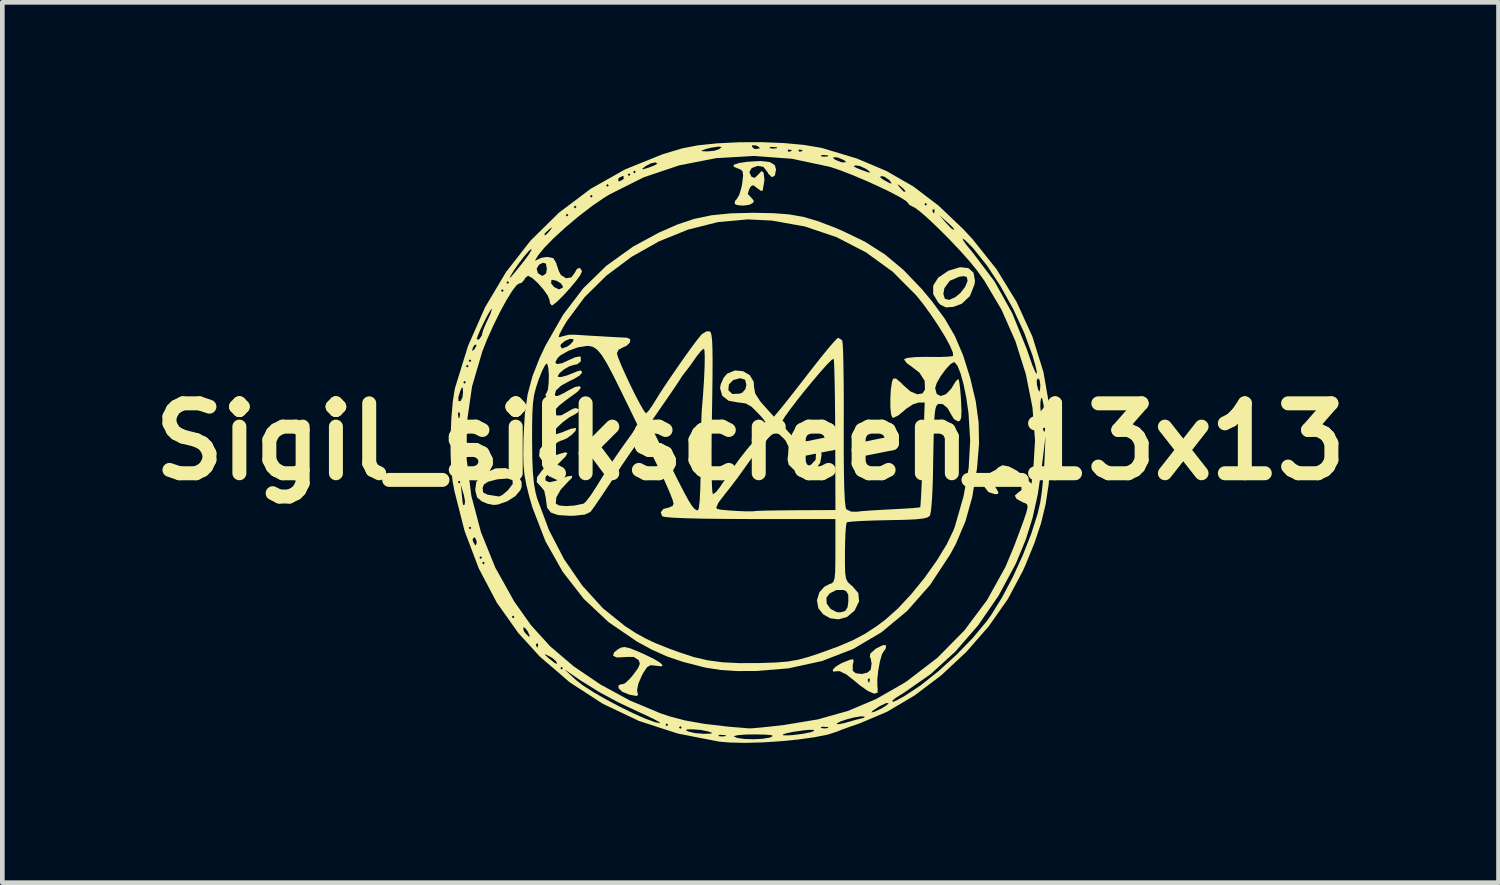
<source format=kicad_pcb>
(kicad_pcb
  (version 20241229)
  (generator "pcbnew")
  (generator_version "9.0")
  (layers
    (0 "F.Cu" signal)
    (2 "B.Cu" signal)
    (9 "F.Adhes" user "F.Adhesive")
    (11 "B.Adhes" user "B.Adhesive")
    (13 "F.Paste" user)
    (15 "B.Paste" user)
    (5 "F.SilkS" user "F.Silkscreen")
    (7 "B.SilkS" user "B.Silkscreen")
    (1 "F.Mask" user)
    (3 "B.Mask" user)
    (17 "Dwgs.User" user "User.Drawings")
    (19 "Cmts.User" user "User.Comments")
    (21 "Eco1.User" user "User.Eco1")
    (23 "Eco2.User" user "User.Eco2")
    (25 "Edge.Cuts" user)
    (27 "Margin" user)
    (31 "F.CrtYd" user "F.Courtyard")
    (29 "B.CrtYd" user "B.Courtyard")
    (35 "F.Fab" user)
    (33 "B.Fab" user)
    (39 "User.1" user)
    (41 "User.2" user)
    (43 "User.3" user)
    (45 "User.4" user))
  (footprint "Sigil_silkscreen_13x13"
    (layer "F.Cu")
    (at 13.05 6.425)
    (property "Reference" "Sigil_silkscreen_13x13" (at 0 0 0) (layer "F.SilkS") (effects (font (size 1.5 1.5) (thickness 0.3))))
    (attr board_only exclude_from_pos_files exclude_from_bom)
    (fp_poly (pts (xy 4.675 -3.724) (xy 4.786 -3.625) (xy 4.818 -3.452) (xy 4.807 -3.371) (xy 4.709 -3.123) (xy 4.535 -2.958) (xy 4.355 -2.892) (xy 4.196 -2.88) (xy 4.083 -2.933) (xy 4.028 -2.986) (xy 3.92 -3.167) (xy 3.92 -3.168) (xy 4.139 -3.168) (xy 4.173 -3.063) (xy 4.267 -3.041) (xy 4.4 -3.102) (xy 4.505 -3.19) (xy 4.607 -3.321) (xy 4.657 -3.443) (xy 4.658 -3.458) (xy 4.641 -3.534) (xy 4.568 -3.551) (xy 4.476 -3.536) (xy 4.276 -3.45) (xy 4.162 -3.294) (xy 4.139 -3.168) (xy 3.92 -3.168) (xy 3.922 -3.35) (xy 4.029 -3.518) (xy 4.237 -3.66) (xy 4.263 -3.672) (xy 4.497 -3.742)) (stroke (width 0) (type solid)) (fill yes) (layer "F.SilkS"))
    (fp_poly (pts (xy -5.056 0.661) (xy -4.986 0.736) (xy -4.91 0.863) (xy -4.909 0.97) (xy -4.937 1.043) (xy -5.044 1.17) (xy -5.219 1.28) (xy -5.414 1.349) (xy -5.509 1.359) (xy -5.638 1.333) (xy -5.757 1.285) (xy -5.863 1.199) (xy -5.9 1.061) (xy -5.902 1.013) (xy -5.899 0.994) (xy -5.746 0.994) (xy -5.734 1.091) (xy -5.642 1.137) (xy -5.601 1.144) (xy -5.467 1.165) (xy -5.393 1.177) (xy -5.325 1.146) (xy -5.219 1.058) (xy -5.198 1.037) (xy -5.099 0.908) (xy -5.105 0.825) (xy -5.212 0.791) (xy -5.417 0.808) (xy -5.452 0.814) (xy -5.628 0.86) (xy -5.717 0.918) (xy -5.746 0.994) (xy -5.899 0.994) (xy -5.881 0.865) (xy -5.8 0.754) (xy -5.701 0.679) (xy -5.467 0.573) (xy -5.245 0.568)) (stroke (width 0) (type solid)) (fill yes) (layer "F.SilkS"))
    (fp_poly (pts (xy -2.581 4.434) (xy -2.408 4.504) (xy -2.296 4.553) (xy -2.078 4.658) (xy -1.937 4.743) (xy -1.881 4.8) (xy -1.917 4.822) (xy -2.04 4.806) (xy -2.142 4.796) (xy -2.217 4.838) (xy -2.295 4.955) (xy -2.331 5.022) (xy -2.405 5.194) (xy -2.432 5.332) (xy -2.426 5.37) (xy -2.41 5.438) (xy -2.451 5.456) (xy -2.575 5.433) (xy -2.604 5.426) (xy -2.749 5.367) (xy -2.83 5.289) (xy -2.83 5.229) (xy -2.764 5.2) (xy -2.749 5.207) (xy -2.689 5.183) (xy -2.588 5.088) (xy -2.516 5.004) (xy -2.41 4.858) (xy -2.372 4.766) (xy -2.394 4.697) (xy -2.407 4.68) (xy -2.505 4.619) (xy -2.667 4.619) (xy -2.699 4.623) (xy -2.867 4.631) (xy -2.946 4.595) (xy -2.927 4.524) (xy -2.847 4.458) (xy -2.771 4.416) (xy -2.692 4.407)) (stroke (width 0) (type solid)) (fill yes) (layer "F.SilkS"))
    (fp_poly (pts (xy 0.417 -5.998) (xy 0.522 -5.933) (xy 0.55 -5.84) (xy 0.524 -5.708) (xy 0.462 -5.673) (xy 0.387 -5.744) (xy 0.368 -5.781) (xy 0.278 -5.895) (xy 0.158 -5.916) (xy 0.028 -5.871) (xy -0.023 -5.783) (xy 0.021 -5.684) (xy 0.091 -5.658) (xy 0.169 -5.731) (xy 0.236 -5.804) (xy 0.274 -5.781) (xy 0.284 -5.757) (xy 0.3 -5.628) (xy 0.292 -5.554) (xy 0.271 -5.434) (xy 0.265 -5.386) (xy 0.226 -5.38) (xy 0.149 -5.435) (xy 0.064 -5.501) (xy 0.013 -5.481) (xy -0.025 -5.418) (xy -0.056 -5.315) (xy 0.002 -5.25) (xy 0.008 -5.247) (xy 0.069 -5.174) (xy 0.063 -5.128) (xy -0.02 -5.082) (xy -0.156 -5.063) (xy -0.285 -5.075) (xy -0.337 -5.1) (xy -0.331 -5.162) (xy -0.295 -5.202) (xy -0.24 -5.294) (xy -0.192 -5.454) (xy -0.176 -5.544) (xy -0.157 -5.714) (xy -0.17 -5.803) (xy -0.222 -5.844) (xy -0.256 -5.855) (xy -0.361 -5.898) (xy -0.356 -5.941) (xy -0.244 -5.978) (xy -0.071 -6.004) (xy 0.223 -6.021)) (stroke (width 0) (type solid)) (fill yes) (layer "F.SilkS"))
    (fp_poly (pts (xy 2.91 4.369) (xy 2.914 4.377) (xy 2.894 4.46) (xy 2.87 4.481) (xy 2.823 4.56) (xy 2.778 4.717) (xy 2.742 4.911) (xy 2.722 5.104) (xy 2.724 5.257) (xy 2.73 5.288) (xy 2.728 5.387) (xy 2.655 5.407) (xy 2.522 5.351) (xy 2.341 5.223) (xy 2.256 5.151) (xy 2.218 5.12) (xy 2.517 5.12) (xy 2.538 5.168) (xy 2.555 5.159) (xy 2.562 5.09) (xy 2.555 5.082) (xy 2.521 5.09) (xy 2.517 5.12) (xy 2.218 5.12) (xy 2.059 4.995) (xy 1.916 4.925) (xy 1.866 4.925) (xy 1.776 4.934) (xy 1.766 4.896) (xy 1.825 4.831) (xy 1.939 4.761) (xy 1.974 4.745) (xy 2.13 4.682) (xy 2.202 4.668) (xy 2.215 4.708) (xy 2.195 4.794) (xy 2.196 4.916) (xy 2.26 4.969) (xy 2.388 4.985) (xy 2.512 4.955) (xy 2.58 4.893) (xy 2.582 4.885) (xy 2.597 4.779) (xy 2.6 4.759) (xy 2.579 4.648) (xy 2.562 4.621) (xy 2.572 4.546) (xy 2.686 4.446) (xy 2.703 4.435) (xy 2.839 4.367)) (stroke (width 0) (type solid)) (fill yes) (layer "F.SilkS"))
    (fp_poly (pts (xy 0.087 -4.909) (xy 0.499 -4.901) (xy 0.835 -4.875) (xy 1.135 -4.822) (xy 1.437 -4.734) (xy 1.781 -4.604) (xy 1.964 -4.527) (xy 2.454 -4.291) (xy 2.884 -4.017) (xy 3.282 -3.685) (xy 3.675 -3.275) (xy 3.887 -3.021) (xy 4.169 -2.639) (xy 4.388 -2.263) (xy 4.563 -1.852) (xy 4.715 -1.367) (xy 4.717 -1.36) (xy 4.835 -0.861) (xy 4.896 -0.411) (xy 4.905 0.041) (xy 4.864 0.543) (xy 4.859 0.587) (xy 4.759 1.188) (xy 4.612 1.713) (xy 4.406 2.197) (xy 4.288 2.416) (xy 3.855 3.074) (xy 3.363 3.632) (xy 2.812 4.09) (xy 2.203 4.449) (xy 1.536 4.707) (xy 0.811 4.865) (xy 0.116 4.921) (xy -0.295 4.922) (xy -0.631 4.9) (xy -0.933 4.854) (xy -1.033 4.832) (xy -1.446 4.725) (xy -1.792 4.608) (xy -2.118 4.462) (xy -2.43 4.292) (xy -3.041 3.875) (xy -3.575 3.374) (xy -4.028 2.792) (xy -4.397 2.138) (xy -4.677 1.414) (xy -4.743 1.186) (xy -4.806 0.935) (xy -4.846 0.723) (xy -4.868 0.512) (xy -4.874 0.265) (xy -4.869 -0.029) (xy -4.684 -0.029) (xy -4.68 0.365) (xy -4.667 0.668) (xy -4.644 0.903) (xy -4.609 1.096) (xy -4.577 1.215) (xy -4.324 1.893) (xy -3.998 2.522) (xy -3.608 3.088) (xy -3.166 3.574) (xy -2.69 3.958) (xy -2.468 4.102) (xy -2.259 4.219) (xy -2.031 4.326) (xy -1.747 4.439) (xy -1.532 4.518) (xy -1.216 4.622) (xy -0.917 4.692) (xy -0.602 4.734) (xy -0.239 4.752) (xy 0.204 4.75) (xy 0.231 4.749) (xy 0.556 4.738) (xy 0.807 4.717) (xy 1.023 4.679) (xy 1.247 4.619) (xy 1.475 4.543) (xy 1.873 4.399) (xy 2.189 4.265) (xy 2.458 4.123) (xy 2.711 3.957) (xy 2.89 3.824) (xy 3.165 3.579) (xy 3.454 3.269) (xy 3.738 2.919) (xy 3.996 2.556) (xy 4.21 2.206) (xy 4.359 1.896) (xy 4.386 1.823) (xy 4.573 1.169) (xy 4.682 0.565) (xy 4.715 -0.021) (xy 4.679 -0.608) (xy 4.632 -0.936) (xy 4.573 -1.229) (xy 4.507 -1.467) (xy 4.44 -1.632) (xy 4.377 -1.705) (xy 4.366 -1.707) (xy 4.29 -1.661) (xy 4.186 -1.548) (xy 4.08 -1.401) (xy 3.997 -1.257) (xy 3.963 -1.15) (xy 3.963 -1.149) (xy 3.997 -1.022) (xy 4.082 -0.979) (xy 4.194 -1.017) (xy 4.306 -1.133) (xy 4.346 -1.198) (xy 4.413 -1.306) (xy 4.461 -1.343) (xy 4.465 -1.34) (xy 4.482 -1.272) (xy 4.501 -1.119) (xy 4.517 -0.911) (xy 4.519 -0.872) (xy 4.528 -0.645) (xy 4.521 -0.512) (xy 4.496 -0.449) (xy 4.454 -0.434) (xy 4.368 -0.482) (xy 4.315 -0.567) (xy 4.23 -0.718) (xy 4.127 -0.805) (xy 4.032 -0.81) (xy 4.011 -0.794) (xy 3.988 -0.761) (xy 3.97 -0.705) (xy 3.956 -0.611) (xy 3.944 -0.466) (xy 3.935 -0.256) (xy 3.928 0.032) (xy 3.921 0.414) (xy 3.916 0.723) (xy 3.907 1.018) (xy 3.893 1.275) (xy 3.875 1.47) (xy 3.855 1.579) (xy 3.85 1.589) (xy 3.805 1.624) (xy 3.71 1.649) (xy 3.548 1.667) (xy 3.303 1.678) (xy 2.96 1.685) (xy 2.949 1.685) (xy 2.648 1.692) (xy 2.388 1.702) (xy 2.193 1.714) (xy 2.083 1.727) (xy 2.067 1.732) (xy 2.052 1.802) (xy 2.039 1.961) (xy 2.031 2.184) (xy 2.028 2.374) (xy 2.028 2.645) (xy 2.034 2.825) (xy 2.052 2.939) (xy 2.087 3.011) (xy 2.145 3.067) (xy 2.184 3.097) (xy 2.314 3.249) (xy 2.332 3.425) (xy 2.238 3.619) (xy 2.228 3.631) (xy 2.069 3.764) (xy 1.89 3.813) (xy 1.713 3.79) (xy 1.561 3.706) (xy 1.458 3.574) (xy 1.427 3.406) (xy 1.444 3.348) (xy 1.631 3.348) (xy 1.636 3.474) (xy 1.72 3.589) (xy 1.851 3.658) (xy 1.929 3.663) (xy 2.034 3.633) (xy 2.084 3.552) (xy 2.101 3.433) (xy 2.099 3.283) (xy 2.053 3.207) (xy 2.002 3.184) (xy 1.845 3.183) (xy 1.7 3.256) (xy 1.631 3.348) (xy 1.444 3.348) (xy 1.479 3.234) (xy 1.583 3.115) (xy 1.689 3.059) (xy 1.745 3.04) (xy 1.783 3.003) (xy 1.806 2.928) (xy 1.818 2.794) (xy 1.822 2.581) (xy 1.823 2.344) (xy 1.823 1.662) (xy -0.007 1.661) (xy -0.546 1.658) (xy -1.005 1.653) (xy -1.377 1.644) (xy -1.654 1.632) (xy -1.829 1.617) (xy -1.894 1.601) (xy -1.924 1.514) (xy -1.864 1.442) (xy -1.761 1.418) (xy -1.669 1.38) (xy -1.649 1.329) (xy -1.672 1.242) (xy -1.735 1.083) (xy -1.826 0.875) (xy -1.934 0.642) (xy -2.048 0.407) (xy -2.155 0.195) (xy -2.246 0.028) (xy -2.308 -0.07) (xy -2.326 -0.086) (xy -2.372 -0.039) (xy -2.468 0.088) (xy -2.603 0.28) (xy -2.765 0.519) (xy -2.864 0.67) (xy -3.039 0.936) (xy -3.197 1.173) (xy -3.325 1.36) (xy -3.41 1.479) (xy -3.432 1.508) (xy -3.554 1.565) (xy -3.785 1.59) (xy -3.874 1.591) (xy -4.124 1.576) (xy -4.281 1.523) (xy -4.362 1.417) (xy -4.387 1.247) (xy -4.387 1.226) (xy -4.424 1.052) (xy -4.493 0.966) (xy -4.585 0.868) (xy -4.577 0.767) (xy -4.399 0.767) (xy -4.396 0.831) (xy -4.39 0.838) (xy -4.315 0.871) (xy -4.188 0.845) (xy -4.109 0.814) (xy -3.919 0.744) (xy -3.826 0.732) (xy -3.831 0.778) (xy -3.913 0.861) (xy -4.071 1.031) (xy -4.164 1.195) (xy -4.176 1.325) (xy -4.174 1.33) (xy -4.104 1.37) (xy -3.958 1.383) (xy -3.773 1.371) (xy -3.587 1.332) (xy -3.577 1.33) (xy -3.518 1.273) (xy -3.419 1.142) (xy -3.302 0.961) (xy -3.274 0.915) (xy -3.123 0.673) (xy -2.939 0.392) (xy -2.757 0.128) (xy -2.727 0.087) (xy -2.416 -0.347) (xy -2.435 -0.384) (xy -2.161 -0.384) (xy -1.734 0.473) (xy -1.559 0.823) (xy -1.426 1.082) (xy -1.327 1.263) (xy -1.253 1.38) (xy -1.197 1.445) (xy -1.152 1.472) (xy -1.126 1.475) (xy -1.105 1.42) (xy -1.105 1.414) (xy -0.733 1.414) (xy -0.713 1.445) (xy -0.619 1.462) (xy -0.455 1.477) (xy -0.261 1.489) (xy -0.078 1.496) (xy 0.055 1.495) (xy 0.095 1.49) (xy 0.163 1.485) (xy 0.326 1.48) (xy 0.561 1.476) (xy 0.848 1.473) (xy 0.978 1.472) (xy 1.824 1.468) (xy 1.819 -0.132) (xy 1.817 -0.552) (xy 1.813 -0.933) (xy 1.807 -1.262) (xy 1.801 -1.522) (xy 1.794 -1.698) (xy 1.787 -1.775) (xy 1.786 -1.777) (xy 1.742 -1.753) (xy 1.643 -1.654) (xy 1.505 -1.5) (xy 1.342 -1.308) (xy 1.168 -1.097) (xy 1 -0.886) (xy 0.851 -0.691) (xy 0.738 -0.533) (xy 0.674 -0.429) (xy 0.665 -0.402) (xy 0.702 -0.342) (xy 0.794 -0.232) (xy 0.852 -0.168) (xy 0.982 -0.046) (xy 1.089 0.003) (xy 1.216 -0.004) (xy 1.223 -0.005) (xy 1.365 -0.014) (xy 1.447 0.04) (xy 1.47 0.077) (xy 1.528 0.277) (xy 1.497 0.455) (xy 1.398 0.594) (xy 1.252 0.673) (xy 1.079 0.674) (xy 0.922 0.594) (xy 0.82 0.493) (xy 0.795 0.379) (xy 0.797 0.363) (xy 1.013 0.363) (xy 1.055 0.484) (xy 1.175 0.545) (xy 1.234 0.525) (xy 1.306 0.49) (xy 1.399 0.389) (xy 1.406 0.262) (xy 1.327 0.158) (xy 1.315 0.152) (xy 1.186 0.137) (xy 1.072 0.208) (xy 1.014 0.337) (xy 1.013 0.363) (xy 0.797 0.363) (xy 0.809 0.275) (xy 0.818 0.109) (xy 0.757 -0.018) (xy 0.717 -0.064) (xy 0.614 -0.16) (xy 0.54 -0.202) (xy 0.538 -0.203) (xy 0.465 -0.158) (xy 0.343 -0.035) (xy 0.189 0.146) (xy 0.018 0.367) (xy -0.108 0.543) (xy -0.269 0.768) (xy -0.448 1.003) (xy -0.56 1.143) (xy -0.689 1.313) (xy -0.733 1.414) (xy -1.105 1.414) (xy -1.088 1.262) (xy -1.076 1.015) (xy -1.068 0.692) (xy -1.067 0.506) (xy -1.064 0.164) (xy -1.06 -0.155) (xy -1.054 -0.425) (xy -1.047 -0.621) (xy -1.042 -0.694) (xy -1.015 -1.026) (xy -0.995 -1.338) (xy -0.983 -1.61) (xy -0.98 -1.824) (xy -0.986 -1.958) (xy -0.999 -1.996) (xy -1.054 -1.952) (xy -1.144 -1.842) (xy -1.186 -1.783) (xy -1.288 -1.637) (xy -1.37 -1.528) (xy -1.389 -1.506) (xy -1.468 -1.401) (xy -1.504 -1.344) (xy -1.562 -1.255) (xy -1.668 -1.098) (xy -1.802 -0.902) (xy -1.862 -0.816) (xy -2.161 -0.384) (xy -2.435 -0.384) (xy -2.777 -1.086) (xy -2.949 -1.432) (xy -3.084 -1.686) (xy -3.193 -1.861) (xy -3.286 -1.971) (xy -3.373 -2.031) (xy -3.465 -2.053) (xy -3.502 -2.054) (xy -3.697 -2.024) (xy -3.906 -1.948) (xy -4.08 -1.848) (xy -4.135 -1.796) (xy -4.187 -1.701) (xy -4.15 -1.663) (xy -4.039 -1.683) (xy -3.902 -1.746) (xy -3.759 -1.81) (xy -3.662 -1.828) (xy -3.642 -1.818) (xy -3.637 -1.725) (xy -3.716 -1.659) (xy -3.779 -1.648) (xy -3.881 -1.618) (xy -3.998 -1.551) (xy -4.094 -1.47) (xy -4.134 -1.404) (xy -4.128 -1.389) (xy -4.057 -1.387) (xy -3.924 -1.424) (xy -3.876 -1.443) (xy -3.721 -1.506) (xy -3.644 -1.528) (xy -3.619 -1.51) (xy -3.616 -1.473) (xy -3.665 -1.418) (xy -3.789 -1.343) (xy -3.878 -1.301) (xy -4.06 -1.202) (xy -4.172 -1.098) (xy -4.196 -1.006) (xy -4.178 -0.977) (xy -4.116 -0.987) (xy -3.993 -1.047) (xy -3.914 -1.094) (xy -3.764 -1.171) (xy -3.666 -1.19) (xy -3.638 -1.158) (xy -3.696 -1.082) (xy -3.762 -1.031) (xy -3.971 -0.879) (xy -4.101 -0.776) (xy -4.169 -0.705) (xy -4.194 -0.649) (xy -4.195 -0.632) (xy -4.156 -0.56) (xy -4.055 -0.565) (xy -3.931 -0.635) (xy -3.815 -0.702) (xy -3.746 -0.721) (xy -3.679 -0.694) (xy -3.694 -0.633) (xy -3.775 -0.58) (xy -3.887 -0.521) (xy -4.018 -0.423) (xy -4.138 -0.314) (xy -4.219 -0.219) (xy -4.234 -0.164) (xy -4.161 -0.161) (xy -4.03 -0.203) (xy -3.984 -0.224) (xy -3.844 -0.278) (xy -3.752 -0.292) (xy -3.739 -0.287) (xy -3.752 -0.232) (xy -3.829 -0.15) (xy -3.934 -0.073) (xy -4.03 -0.031) (xy -4.046 -0.029) (xy -4.13 0.008) (xy -4.231 0.094) (xy -4.316 0.196) (xy -4.354 0.279) (xy -4.347 0.301) (xy -4.271 0.31) (xy -4.139 0.279) (xy -4.124 0.273) (xy -3.977 0.229) (xy -3.924 0.243) (xy -3.965 0.318) (xy -4.102 0.456) (xy -4.169 0.517) (xy -4.327 0.667) (xy -4.399 0.767) (xy -4.577 0.767) (xy -4.576 0.759) (xy -4.482 0.634) (xy -4.406 0.539) (xy -4.41 0.478) (xy -4.453 0.436) (xy -4.533 0.308) (xy -4.519 0.166) (xy -4.461 0.092) (xy -4.407 -0.014) (xy -4.41 -0.089) (xy -4.403 -0.223) (xy -4.371 -0.287) (xy -4.333 -0.404) (xy -4.358 -0.471) (xy -4.383 -0.625) (xy -4.361 -0.713) (xy -4.341 -0.868) (xy -4.37 -0.928) (xy -4.398 -1.009) (xy -4.378 -1.036) (xy -4.347 -1.108) (xy -4.329 -1.252) (xy -4.325 -1.422) (xy -4.335 -1.576) (xy -4.359 -1.669) (xy -4.368 -1.677) (xy -4.406 -1.641) (xy -4.468 -1.52) (xy -4.541 -1.338) (xy -4.549 -1.315) (xy -4.603 -1.151) (xy -4.641 -0.998) (xy -4.665 -0.828) (xy -4.678 -0.618) (xy -4.684 -0.34) (xy -4.684 -0.029) (xy -4.869 -0.029) (xy -4.869 -0.054) (xy -4.867 -0.116) (xy -4.839 -0.604) (xy -4.779 -1.02) (xy -4.677 -1.402) (xy -4.524 -1.792) (xy -4.401 -2.052) (xy -4.079 -2.052) (xy -4.043 -1.999) (xy -3.94 -2.034) (xy -3.873 -2.078) (xy -3.801 -2.154) (xy -3.799 -2.199) (xy -3.873 -2.205) (xy -3.979 -2.16) (xy -4.062 -2.092) (xy -4.079 -2.052) (xy -4.401 -2.052) (xy -4.396 -2.062) (xy -4.291 -2.246) (xy -4.115 -2.246) (xy -4.083 -2.242) (xy -4.045 -2.257) (xy -3.899 -2.292) (xy -3.79 -2.295) (xy -3.661 -2.287) (xy -3.462 -2.274) (xy -3.228 -2.261) (xy -2.994 -2.247) (xy -2.796 -2.237) (xy -2.667 -2.23) (xy -2.647 -2.23) (xy -2.578 -2.196) (xy -2.586 -2.126) (xy -2.657 -2.056) (xy -2.719 -2.03) (xy -2.831 -1.969) (xy -2.864 -1.897) (xy -2.84 -1.81) (xy -2.777 -1.652) (xy -2.687 -1.449) (xy -2.581 -1.224) (xy -2.472 -1.003) (xy -2.371 -0.811) (xy -2.291 -0.671) (xy -2.243 -0.609) (xy -2.239 -0.608) (xy -2.19 -0.655) (xy -2.106 -0.773) (xy -2.038 -0.883) (xy -1.935 -1.049) (xy -1.79 -1.268) (xy -1.621 -1.516) (xy -1.446 -1.768) (xy -1.281 -1.998) (xy -1.144 -2.182) (xy -1.052 -2.295) (xy -1.05 -2.299) (xy -0.947 -2.365) (xy -0.876 -2.367) (xy -0.852 -2.343) (xy -0.835 -2.281) (xy -0.822 -2.172) (xy -0.815 -2.002) (xy -0.812 -1.762) (xy -0.813 -1.438) (xy -0.818 -1.019) (xy -0.825 -0.604) (xy -0.832 -0.135) (xy -0.834 0.277) (xy -0.833 0.621) (xy -0.828 0.885) (xy -0.819 1.057) (xy -0.806 1.127) (xy -0.804 1.128) (xy -0.74 1.084) (xy -0.655 0.977) (xy -0.65 0.969) (xy -0.452 0.673) (xy -0.252 0.394) (xy -0.072 0.163) (xy 0.012 0.065) (xy 0.187 -0.127) (xy 0.293 -0.256) (xy 0.336 -0.346) (xy 0.322 -0.422) (xy 0.256 -0.51) (xy 0.171 -0.602) (xy 0.026 -0.747) (xy -0.097 -0.818) (xy -0.238 -0.839) (xy -0.258 -0.839) (xy -0.47 -0.878) (xy -0.605 -0.985) (xy -0.639 -1.105) (xy -0.473 -1.105) (xy -0.471 -1.1) (xy -0.387 -1.022) (xy -0.234 -1.029) (xy -0.178 -1.048) (xy -0.107 -1.127) (xy -0.087 -1.221) (xy -0.114 -1.329) (xy -0.215 -1.36) (xy -0.224 -1.36) (xy -0.37 -1.321) (xy -0.463 -1.225) (xy -0.473 -1.105) (xy -0.639 -1.105) (xy -0.651 -1.145) (xy -0.639 -1.224) (xy -0.576 -1.369) (xy -0.502 -1.456) (xy -0.334 -1.527) (xy -0.161 -1.512) (xy -0.016 -1.428) (xy 0.069 -1.289) (xy 0.078 -1.17) (xy 0.102 -1.033) (xy 0.213 -0.862) (xy 0.282 -0.782) (xy 0.505 -0.535) (xy 0.644 -0.701) (xy 0.73 -0.807) (xy 0.869 -0.982) (xy 1.044 -1.207) (xy 1.239 -1.458) (xy 1.309 -1.548) (xy 1.496 -1.786) (xy 1.66 -1.988) (xy 1.789 -2.138) (xy 1.867 -2.218) (xy 1.882 -2.228) (xy 1.955 -2.185) (xy 1.971 -2.164) (xy 1.98 -2.092) (xy 1.989 -1.919) (xy 1.995 -1.661) (xy 2 -1.33) (xy 2.003 -0.944) (xy 2.003 -0.516) (xy 2.002 -0.363) (xy 2.002 0.211) (xy 2.006 0.672) (xy 2.014 1.024) (xy 2.027 1.27) (xy 2.044 1.413) (xy 2.058 1.452) (xy 2.16 1.501) (xy 2.276 1.504) (xy 2.398 1.491) (xy 2.603 1.476) (xy 2.858 1.461) (xy 3.029 1.452) (xy 3.278 1.439) (xy 3.48 1.426) (xy 3.609 1.414) (xy 3.644 1.407) (xy 3.65 1.346) (xy 3.66 1.188) (xy 3.672 0.95) (xy 3.685 0.65) (xy 3.698 0.307) (xy 3.699 0.275) (xy 3.739 -0.839) (xy 3.608 -0.839) (xy 3.487 -0.8) (xy 3.34 -0.703) (xy 3.291 -0.659) (xy 3.167 -0.558) (xy 3.07 -0.513) (xy 3.044 -0.517) (xy 3.017 -0.589) (xy 3.003 -0.739) (xy 3.002 -0.928) (xy 3.013 -1.12) (xy 3.036 -1.276) (xy 3.06 -1.35) (xy 3.121 -1.355) (xy 3.232 -1.263) (xy 3.278 -1.214) (xy 3.432 -1.078) (xy 3.578 -1.016) (xy 3.691 -1.034) (xy 3.745 -1.116) (xy 3.738 -1.304) (xy 3.626 -1.48) (xy 3.473 -1.598) (xy 3.354 -1.684) (xy 3.301 -1.756) (xy 3.303 -1.773) (xy 3.373 -1.797) (xy 3.529 -1.813) (xy 3.742 -1.819) (xy 3.826 -1.818) (xy 4.052 -1.816) (xy 4.231 -1.822) (xy 4.335 -1.834) (xy 4.347 -1.84) (xy 4.343 -1.912) (xy 4.282 -2.056) (xy 4.175 -2.253) (xy 4.034 -2.482) (xy 3.872 -2.724) (xy 3.701 -2.959) (xy 3.553 -3.143) (xy 3.052 -3.645) (xy 2.478 -4.061) (xy 1.847 -4.387) (xy 1.169 -4.616) (xy 0.458 -4.743) (xy -0.058 -4.768) (xy -0.695 -4.71) (xy -1.335 -4.55) (xy -1.959 -4.298) (xy -2.549 -3.966) (xy -3.088 -3.563) (xy -3.557 -3.1) (xy -3.938 -2.587) (xy -4.017 -2.455) (xy -4.094 -2.31) (xy -4.115 -2.246) (xy -4.291 -2.246) (xy -4.017 -2.725) (xy -3.586 -3.291) (xy -3.091 -3.773) (xy -2.52 -4.183) (xy -1.967 -4.483) (xy -1.57 -4.657) (xy -1.203 -4.78) (xy -0.831 -4.857) (xy -0.419 -4.898) (xy 0.071 -4.91)) (stroke (width 0) (type solid)) (fill yes) (layer "F.SilkS"))
    (fp_poly (pts (xy 0.715 -6.406) (xy 1.147 -6.366) (xy 1.505 -6.306) (xy 1.562 -6.292) (xy 2.282 -6.075) (xy 2.919 -5.806) (xy 3.496 -5.474) (xy 4.039 -5.061) (xy 4.57 -4.555) (xy 4.761 -4.35) (xy 5.281 -3.698) (xy 5.712 -2.995) (xy 6.049 -2.255) (xy 6.287 -1.492) (xy 6.421 -0.719) (xy 6.448 -0.148) (xy 6.435 0.42) (xy 6.4 0.905) (xy 6.335 1.339) (xy 6.235 1.751) (xy 6.094 2.174) (xy 5.904 2.64) (xy 5.843 2.777) (xy 5.522 3.379) (xy 5.112 3.963) (xy 4.631 4.513) (xy 4.096 5.012) (xy 3.523 5.445) (xy 2.931 5.796) (xy 2.336 6.048) (xy 2.325 6.052) (xy 2.119 6.122) (xy 1.944 6.186) (xy 1.851 6.224) (xy 1.658 6.286) (xy 1.375 6.342) (xy 1.029 6.39) (xy 0.647 6.428) (xy 0.255 6.453) (xy -0.121 6.463) (xy -0.454 6.455) (xy -0.665 6.437) (xy -1.234 6.327) (xy -0.353 6.327) (xy -0.277 6.359) (xy -0.125 6.379) (xy 0.065 6.385) (xy 0.255 6.376) (xy 0.406 6.351) (xy 0.44 6.34) (xy 0.483 6.313) (xy 0.44 6.295) (xy 0.3 6.285) (xy 0.282 6.285) (xy 0.692 6.285) (xy 0.706 6.301) (xy 0.817 6.302) (xy 0.926 6.294) (xy 1.127 6.268) (xy 1.289 6.235) (xy 1.36 6.21) (xy 1.364 6.185) (xy 1.263 6.183) (xy 1.128 6.196) (xy 0.914 6.227) (xy 0.765 6.258) (xy 0.692 6.285) (xy 0.282 6.285) (xy 0.098 6.281) (xy -0.117 6.285) (xy -0.275 6.298) (xy -0.35 6.318) (xy -0.353 6.327) (xy -1.234 6.327) (xy -1.276 6.318) (xy -0.687 6.318) (xy -0.608 6.326) (xy -0.525 6.317) (xy -0.535 6.297) (xy -0.654 6.29) (xy -0.68 6.297) (xy -0.687 6.318) (xy -1.276 6.318) (xy -1.555 6.264) (xy -1.774 6.193) (xy -1.382 6.193) (xy -1.331 6.22) (xy -1.197 6.252) (xy -1.018 6.268) (xy -0.984 6.268) (xy -0.848 6.264) (xy -0.818 6.251) (xy -0.884 6.224) (xy -0.897 6.22) (xy -1.059 6.187) (xy -1.244 6.172) (xy -1.366 6.175) (xy -1.382 6.193) (xy -1.774 6.193) (xy -1.96 6.133) (xy -1.533 6.133) (xy -1.504 6.162) (xy -1.475 6.133) (xy -1.504 6.104) (xy -1.533 6.133) (xy -1.96 6.133) (xy -2.138 6.075) (xy -1.823 6.075) (xy -1.794 6.104) (xy -1.765 6.075) (xy -1.794 6.046) (xy -1.823 6.075) (xy -2.138 6.075) (xy -2.39 5.993) (xy -3.164 5.626) (xy -3.875 5.165) (xy -4.229 4.86) (xy -4.079 4.86) (xy -4.05 4.889) (xy -4.045 4.884) (xy -3.992 4.884) (xy -3.743 5.115) (xy -3.588 5.234) (xy -3.363 5.378) (xy -3.093 5.533) (xy -2.803 5.687) (xy -2.516 5.827) (xy -2.258 5.942) (xy -2.052 6.017) (xy -1.938 6.041) (xy -1.949 6.021) (xy -2.047 5.965) (xy -2.215 5.883) (xy -2.343 5.825) (xy -2.831 5.595) (xy -3.244 5.373) (xy -3.621 5.138) (xy -3.703 5.083) (xy -3.992 4.884) (xy -4.045 4.884) (xy -4.021 4.86) (xy -4.05 4.831) (xy -4.079 4.86) (xy -4.229 4.86) (xy -4.518 4.612) (xy -4.565 4.561) (xy -4.408 4.561) (xy -4.404 4.578) (xy -4.319 4.654) (xy -4.199 4.749) (xy -4.147 4.769) (xy -4.166 4.716) (xy -4.242 4.647) (xy -4.328 4.597) (xy -4.408 4.561) (xy -4.565 4.561) (xy -4.74 4.368) (xy -4.6 4.368) (xy -4.579 4.416) (xy -4.561 4.407) (xy -4.554 4.338) (xy -4.561 4.33) (xy -4.596 4.338) (xy -4.6 4.368) (xy -4.74 4.368) (xy -4.981 4.105) (xy -5.065 3.986) (xy -4.873 3.986) (xy -4.868 4.05) (xy -4.832 4.107) (xy -4.753 4.186) (xy -4.735 4.169) (xy -4.776 4.074) (xy -4.837 3.994) (xy -4.873 3.986) (xy -5.065 3.986) (xy -5.224 3.761) (xy -5.121 3.761) (xy -5.092 3.79) (xy -5.063 3.761) (xy -5.092 3.732) (xy -5.121 3.761) (xy -5.224 3.761) (xy -5.441 3.455) (xy -5.826 2.724) (xy -5.872 2.604) (xy -5.757 2.604) (xy -5.728 2.633) (xy -5.699 2.604) (xy -5.728 2.575) (xy -5.757 2.604) (xy -5.872 2.604) (xy -5.916 2.488) (xy -5.815 2.488) (xy -5.786 2.517) (xy -5.757 2.488) (xy -5.786 2.459) (xy -5.815 2.488) (xy -5.916 2.488) (xy -6.065 2.096) (xy -5.961 2.096) (xy -5.951 2.141) (xy -5.91 2.217) (xy -5.895 2.228) (xy -5.875 2.18) (xy -5.873 2.141) (xy -5.903 2.064) (xy -5.929 2.054) (xy -5.961 2.096) (xy -6.065 2.096) (xy -6.13 1.924) (xy -6.149 1.851) (xy -6.046 1.851) (xy -6.017 1.88) (xy -5.988 1.851) (xy -6.017 1.823) (xy -6.046 1.851) (xy -6.149 1.851) (xy -6.35 1.063) (xy -6.375 0.926) (xy -6.214 0.926) (xy -6.193 1.128) (xy -6.177 1.286) (xy -6.164 1.355) (xy -6.148 1.363) (xy -6.13 1.347) (xy -6.123 1.275) (xy -6.149 1.143) (xy -6.156 1.12) (xy -6.214 0.926) (xy -6.375 0.926) (xy -6.386 0.868) (xy -6.278 0.868) (xy -6.249 0.897) (xy -6.22 0.868) (xy -6.249 0.839) (xy -6.278 0.868) (xy -6.386 0.868) (xy -6.391 0.839) (xy -6.42 0.579) (xy -6.278 0.579) (xy -6.249 0.608) (xy -6.22 0.579) (xy -6.249 0.55) (xy -6.278 0.579) (xy -6.42 0.579) (xy -6.42 0.573) (xy -6.428 0.376) (xy -6.088 0.376) (xy -5.987 1.164) (xy -5.781 1.942) (xy -5.474 2.702) (xy -5.066 3.432) (xy -4.709 3.937) (xy -4.297 4.391) (xy -3.792 4.821) (xy -3.214 5.213) (xy -2.586 5.554) (xy -1.928 5.829) (xy -1.734 5.894) (xy -1.397 5.983) (xy -0.982 6.056) (xy -0.474 6.115) (xy -0.029 6.152) (xy 0.061 6.148) (xy 0.098 6.145) (xy 1.512 6.145) (xy 1.591 6.153) (xy 1.673 6.144) (xy 1.663 6.124) (xy 1.545 6.116) (xy 1.519 6.124) (xy 1.512 6.145) (xy 0.098 6.145) (xy 0.239 6.132) (xy 0.478 6.107) (xy 0.723 6.079) (xy 0.891 6.051) (xy 1.848 6.051) (xy 1.88 6.064) (xy 1.993 6.044) (xy 2.095 6.016) (xy 2.266 5.967) (xy 2.391 5.936) (xy 2.425 5.931) (xy 2.453 5.907) (xy 2.447 5.899) (xy 2.375 5.893) (xy 2.237 5.915) (xy 2.076 5.955) (xy 1.933 6.003) (xy 1.852 6.046) (xy 1.848 6.051) (xy 0.891 6.051) (xy 1.444 5.96) (xy 1.972 5.811) (xy 2.597 5.811) (xy 2.666 5.793) (xy 2.814 5.724) (xy 2.924 5.656) (xy 2.965 5.609) (xy 2.963 5.605) (xy 2.901 5.614) (xy 2.781 5.672) (xy 2.74 5.696) (xy 2.619 5.778) (xy 2.597 5.811) (xy 1.972 5.811) (xy 2.092 5.778) (xy 2.604 5.562) (xy 3.04 5.562) (xy 3.062 5.583) (xy 3.063 5.583) (xy 3.124 5.557) (xy 3.248 5.491) (xy 3.309 5.456) (xy 3.658 5.225) (xy 4.037 4.922) (xy 4.418 4.575) (xy 4.771 4.212) (xy 5.065 3.859) (xy 5.16 3.727) (xy 5.399 3.342) (xy 5.633 2.899) (xy 5.847 2.43) (xy 6.028 1.968) (xy 6.162 1.545) (xy 6.218 1.306) (xy 6.253 1.066) (xy 6.284 0.768) (xy 6.306 0.467) (xy 6.309 0.409) (xy 6.331 -0.116) (xy 6.25 0.55) (xy 6.166 1.128) (xy 6.055 1.63) (xy 5.909 2.096) (xy 5.717 2.564) (xy 5.685 2.634) (xy 5.322 3.308) (xy 4.888 3.938) (xy 4.396 4.505) (xy 3.863 4.991) (xy 3.304 5.38) (xy 3.295 5.386) (xy 3.117 5.497) (xy 3.04 5.562) (xy 2.604 5.562) (xy 2.697 5.522) (xy 3.29 5.183) (xy 3.361 5.136) (xy 4.012 4.637) (xy 4.587 4.054) (xy 5.077 3.4) (xy 5.473 2.684) (xy 5.652 2.256) (xy 5.776 1.925) (xy 5.864 1.686) (xy 5.919 1.524) (xy 5.944 1.421) (xy 5.943 1.363) (xy 5.919 1.332) (xy 5.875 1.313) (xy 5.846 1.303) (xy 5.712 1.231) (xy 5.671 1.16) (xy 5.728 1.107) (xy 5.816 1.039) (xy 5.811 0.953) (xy 5.731 0.869) (xy 5.594 0.805) (xy 5.423 0.781) (xy 5.265 0.798) (xy 5.21 0.857) (xy 5.251 0.969) (xy 5.266 0.993) (xy 5.322 1.09) (xy 5.306 1.124) (xy 5.249 1.128) (xy 5.109 1.084) (xy 5.024 0.978) (xy 5.004 0.845) (xy 5.058 0.725) (xy 5.144 0.668) (xy 5.266 0.603) (xy 5.324 0.549) (xy 5.411 0.506) (xy 5.552 0.535) (xy 5.719 0.624) (xy 5.85 0.731) (xy 6.03 0.903) (xy 6.067 0.632) (xy 6.106 -0.034) (xy 6.088 -0.26) (xy 6.278 -0.26) (xy 6.299 -0.213) (xy 6.316 -0.222) (xy 6.323 -0.29) (xy 6.316 -0.299) (xy 6.282 -0.291) (xy 6.278 -0.26) (xy 6.088 -0.26) (xy 6.051 -0.735) (xy 6.048 -0.749) (xy 6.22 -0.749) (xy 6.231 -0.622) (xy 6.26 -0.571) (xy 6.268 -0.573) (xy 6.294 -0.645) (xy 6.291 -0.777) (xy 6.29 -0.779) (xy 6.262 -0.918) (xy 6.238 -0.944) (xy 6.223 -0.857) (xy 6.22 -0.749) (xy 6.048 -0.749) (xy 5.936 -1.312) (xy 6.142 -1.312) (xy 6.148 -1.215) (xy 6.176 -1.107) (xy 6.198 -1.07) (xy 6.214 -1.12) (xy 6.22 -1.215) (xy 6.203 -1.324) (xy 6.17 -1.36) (xy 6.142 -1.312) (xy 5.936 -1.312) (xy 5.908 -1.45) (xy 5.685 -2.156) (xy 5.387 -2.831) (xy 5.02 -3.451) (xy 4.846 -3.693) (xy 4.688 -3.885) (xy 4.491 -4.105) (xy 4.272 -4.336) (xy 4.249 -4.359) (xy 4.554 -4.359) (xy 4.559 -4.327) (xy 4.629 -4.227) (xy 4.761 -4.065) (xy 4.783 -4.039) (xy 5.238 -3.435) (xy 5.619 -2.751) (xy 5.931 -1.979) (xy 5.96 -1.892) (xy 6.046 -1.646) (xy 6.109 -1.498) (xy 6.143 -1.448) (xy 6.144 -1.5) (xy 6.108 -1.655) (xy 6.051 -1.851) (xy 5.872 -2.339) (xy 5.638 -2.845) (xy 5.366 -3.336) (xy 5.074 -3.78) (xy 4.78 -4.147) (xy 4.744 -4.185) (xy 4.615 -4.314) (xy 4.554 -4.359) (xy 4.249 -4.359) (xy 4.049 -4.56) (xy 3.84 -4.76) (xy 3.727 -4.86) (xy 4.05 -4.86) (xy 4.19 -4.701) (xy 4.303 -4.58) (xy 4.358 -4.543) (xy 4.368 -4.561) (xy 4.33 -4.607) (xy 4.234 -4.698) (xy 4.209 -4.72) (xy 4.05 -4.86) (xy 3.727 -4.86) (xy 3.662 -4.917) (xy 3.623 -4.947) (xy 3.905 -4.947) (xy 3.927 -4.899) (xy 3.944 -4.908) (xy 3.951 -4.977) (xy 3.944 -4.985) (xy 3.91 -4.978) (xy 3.905 -4.947) (xy 3.623 -4.947) (xy 3.534 -5.015) (xy 3.493 -5.036) (xy 3.403 -5.084) (xy 3.399 -5.092) (xy 3.732 -5.092) (xy 3.761 -5.063) (xy 3.79 -5.092) (xy 3.761 -5.121) (xy 3.732 -5.092) (xy 3.399 -5.092) (xy 3.385 -5.115) (xy 3.334 -5.167) (xy 3.197 -5.251) (xy 2.994 -5.358) (xy 2.746 -5.477) (xy 2.64 -5.525) (xy 3.157 -5.525) (xy 3.171 -5.495) (xy 3.204 -5.453) (xy 3.288 -5.363) (xy 3.326 -5.364) (xy 3.327 -5.374) (xy 3.287 -5.422) (xy 3.226 -5.475) (xy 3.157 -5.525) (xy 2.64 -5.525) (xy 2.473 -5.6) (xy 2.288 -5.678) (xy 2.776 -5.678) (xy 2.844 -5.624) (xy 2.864 -5.612) (xy 2.991 -5.544) (xy 3.031 -5.538) (xy 2.995 -5.593) (xy 2.98 -5.612) (xy 2.874 -5.685) (xy 2.814 -5.697) (xy 2.776 -5.678) (xy 2.288 -5.678) (xy 2.198 -5.716) (xy 1.941 -5.816) (xy 1.723 -5.89) (xy 1.694 -5.898) (xy 1.629 -5.912) (xy 2.212 -5.912) (xy 2.27 -5.874) (xy 2.343 -5.844) (xy 2.505 -5.784) (xy 2.571 -5.769) (xy 2.55 -5.799) (xy 2.491 -5.846) (xy 2.353 -5.912) (xy 2.26 -5.926) (xy 2.212 -5.912) (xy 1.629 -5.912) (xy 0.89 -6.069) (xy 0.543 -6.094) (xy 1.765 -6.094) (xy 1.808 -6.056) (xy 1.823 -6.046) (xy 1.946 -5.996) (xy 1.996 -5.99) (xy 2.054 -5.998) (xy 2.011 -6.037) (xy 1.996 -6.046) (xy 1.872 -6.096) (xy 1.823 -6.102) (xy 1.765 -6.094) (xy 0.543 -6.094) (xy 0.184 -6.121) (xy 1.512 -6.121) (xy 1.591 -6.113) (xy 1.673 -6.122) (xy 1.663 -6.142) (xy 1.545 -6.15) (xy 1.519 -6.142) (xy 1.512 -6.121) (xy 0.184 -6.121) (xy 0.077 -6.129) (xy -0.733 -6.082) (xy -1.526 -5.928) (xy -2.291 -5.67) (xy -3.014 -5.308) (xy -3.124 -5.242) (xy -3.387 -5.063) (xy -3.673 -4.844) (xy -3.958 -4.605) (xy -4.218 -4.368) (xy -4.427 -4.154) (xy -4.548 -4.005) (xy -4.61 -3.907) (xy -4.614 -3.878) (xy -4.598 -3.891) (xy -4.483 -3.945) (xy -4.358 -3.963) (xy -4.231 -3.938) (xy -4.168 -3.838) (xy -4.159 -3.804) (xy -4.111 -3.66) (xy -4.064 -3.573) (xy -3.956 -3.506) (xy -3.843 -3.524) (xy -3.773 -3.616) (xy -3.72 -3.709) (xy -3.655 -3.727) (xy -3.617 -3.664) (xy -3.616 -3.645) (xy -3.653 -3.568) (xy -3.749 -3.438) (xy -3.879 -3.283) (xy -4.02 -3.129) (xy -4.149 -3.002) (xy -4.24 -2.93) (xy -4.263 -2.922) (xy -4.301 -2.97) (xy -4.31 -3.039) (xy -4.349 -3.135) (xy -4.443 -3.268) (xy -4.555 -3.394) (xy -4.275 -3.394) (xy -4.212 -3.317) (xy -4.12 -3.271) (xy -4.101 -3.269) (xy -4.029 -3.301) (xy -4.021 -3.325) (xy -4.065 -3.394) (xy -4.16 -3.452) (xy -4.251 -3.471) (xy -4.273 -3.46) (xy -4.275 -3.394) (xy -4.555 -3.394) (xy -4.565 -3.406) (xy -4.684 -3.513) (xy -4.771 -3.558) (xy -4.772 -3.558) (xy -4.831 -3.512) (xy -4.852 -3.471) (xy -4.915 -3.402) (xy -4.95 -3.399) (xy -5.015 -3.359) (xy -5.114 -3.23) (xy -5.237 -3.031) (xy -5.373 -2.781) (xy -5.513 -2.497) (xy -5.647 -2.199) (xy -5.751 -1.938) (xy -5.972 -1.185) (xy -6.084 -0.41) (xy -6.088 0.376) (xy -6.428 0.376) (xy -6.433 0.235) (xy -6.433 0.145) (xy -6.336 0.145) (xy -6.314 0.192) (xy -6.297 0.183) (xy -6.29 0.115) (xy -6.297 0.106) (xy -6.331 0.114) (xy -6.336 0.145) (xy -6.433 0.145) (xy -6.431 -0.138) (xy -6.416 -0.512) (xy -6.409 -0.583) (xy -6.273 -0.583) (xy -6.262 -0.508) (xy -6.243 -0.507) (xy -6.229 -0.585) (xy -6.238 -0.618) (xy -6.264 -0.64) (xy -6.273 -0.583) (xy -6.409 -0.583) (xy -6.387 -0.849) (xy -6.37 -0.957) (xy -6.266 -0.957) (xy -6.265 -0.872) (xy -6.22 -0.868) (xy -6.178 -0.947) (xy -6.166 -1.059) (xy -6.173 -1.161) (xy -6.194 -1.155) (xy -6.22 -1.099) (xy -6.266 -0.957) (xy -6.37 -0.957) (xy -6.346 -1.115) (xy -6.336 -1.157) (xy -6.3 -1.273) (xy -6.162 -1.273) (xy -6.133 -1.244) (xy -6.104 -1.273) (xy -6.133 -1.302) (xy -6.162 -1.273) (xy -6.3 -1.273) (xy -6.193 -1.62) (xy -6.104 -1.62) (xy -6.075 -1.591) (xy -6.046 -1.62) (xy -6.075 -1.649) (xy -6.104 -1.62) (xy -6.193 -1.62) (xy -6.157 -1.736) (xy -6.046 -1.736) (xy -6.017 -1.707) (xy -5.988 -1.736) (xy -6.017 -1.765) (xy -6.046 -1.736) (xy -6.157 -1.736) (xy -6.092 -1.945) (xy -5.973 -1.945) (xy -5.931 -1.973) (xy -5.923 -1.981) (xy -5.878 -2.057) (xy -5.884 -2.084) (xy -5.927 -2.067) (xy -5.956 -2.013) (xy -5.973 -1.945) (xy -6.092 -1.945) (xy -6.058 -2.055) (xy -5.994 -2.199) (xy -5.873 -2.199) (xy -5.836 -2.188) (xy -5.815 -2.199) (xy -5.759 -2.283) (xy -5.757 -2.306) (xy -5.732 -2.398) (xy -5.67 -2.545) (xy -5.642 -2.602) (xy -5.577 -2.743) (xy -5.548 -2.835) (xy -5.549 -2.849) (xy -5.581 -2.813) (xy -5.644 -2.704) (xy -5.721 -2.555) (xy -5.795 -2.399) (xy -5.851 -2.269) (xy -5.873 -2.199) (xy -5.994 -2.199) (xy -5.693 -2.883) (xy -5.48 -3.24) (xy -5.352 -3.24) (xy -5.323 -3.211) (xy -5.294 -3.24) (xy -5.323 -3.269) (xy -5.352 -3.24) (xy -5.48 -3.24) (xy -5.377 -3.414) (xy -5.236 -3.414) (xy -5.207 -3.385) (xy -5.178 -3.414) (xy -5.207 -3.443) (xy -5.236 -3.414) (xy -5.377 -3.414) (xy -5.319 -3.511) (xy -5.167 -3.511) (xy -5.137 -3.534) (xy -5.048 -3.638) (xy -4.989 -3.711) (xy -4.586 -3.711) (xy -4.56 -3.614) (xy -4.475 -3.56) (xy -4.457 -3.558) (xy -4.385 -3.608) (xy -4.368 -3.703) (xy -4.387 -3.821) (xy -4.454 -3.837) (xy -4.536 -3.795) (xy -4.586 -3.711) (xy -4.989 -3.711) (xy -4.895 -3.828) (xy -4.868 -3.862) (xy -4.761 -4.005) (xy -4.701 -4.104) (xy -4.697 -4.136) (xy -4.753 -4.092) (xy -4.85 -3.98) (xy -4.964 -3.831) (xy -5.075 -3.673) (xy -5.143 -3.562) (xy -5.167 -3.511) (xy -5.319 -3.511) (xy -5.244 -3.637) (xy -4.715 -4.315) (xy -4.562 -4.465) (xy -4.415 -4.465) (xy -4.415 -4.427) (xy -4.404 -4.426) (xy -4.356 -4.466) (xy -4.303 -4.527) (xy -4.253 -4.596) (xy -4.283 -4.582) (xy -4.325 -4.549) (xy -4.415 -4.465) (xy -4.562 -4.465) (xy -4.161 -4.86) (xy -3.963 -4.86) (xy -3.934 -4.831) (xy -3.905 -4.86) (xy -3.934 -4.889) (xy -3.963 -4.86) (xy -4.161 -4.86) (xy -4.11 -4.91) (xy -3.946 -5.034) (xy -3.79 -5.034) (xy -3.761 -5.005) (xy -3.732 -5.034) (xy -3.761 -5.063) (xy -3.79 -5.034) (xy -3.946 -5.034) (xy -3.639 -5.265) (xy -3.443 -5.265) (xy -3.414 -5.236) (xy -3.385 -5.265) (xy -3.414 -5.294) (xy -3.443 -5.265) (xy -3.639 -5.265) (xy -3.433 -5.421) (xy -3.298 -5.497) (xy -3.095 -5.497) (xy -3.067 -5.468) (xy -3.038 -5.497) (xy -3.067 -5.526) (xy -3.095 -5.497) (xy -3.298 -5.497) (xy -3.042 -5.641) (xy -2.835 -5.641) (xy -2.832 -5.588) (xy -2.813 -5.583) (xy -2.731 -5.626) (xy -2.719 -5.641) (xy -2.722 -5.695) (xy -2.741 -5.699) (xy -2.823 -5.657) (xy -2.835 -5.641) (xy -3.042 -5.641) (xy -2.888 -5.728) (xy -2.633 -5.728) (xy -2.604 -5.699) (xy -2.575 -5.728) (xy -2.604 -5.757) (xy -2.633 -5.728) (xy -2.888 -5.728) (xy -2.786 -5.786) (xy -2.517 -5.786) (xy -2.488 -5.757) (xy -2.459 -5.786) (xy -2.488 -5.815) (xy -2.517 -5.786) (xy -2.786 -5.786) (xy -2.688 -5.841) (xy -2.669 -5.849) (xy -2.324 -5.849) (xy -2.304 -5.842) (xy -2.188 -5.878) (xy -2.184 -5.879) (xy -2.058 -5.927) (xy -1.997 -5.962) (xy -1.996 -5.965) (xy -2.039 -5.991) (xy -2.138 -5.969) (xy -2.25 -5.91) (xy -2.26 -5.902) (xy -2.324 -5.849) (xy -2.669 -5.849) (xy -1.878 -6.168) (xy -1.62 -6.245) (xy -1.048 -6.245) (xy -1.039 -6.232) (xy -0.926 -6.226) (xy -0.771 -6.241) (xy -0.721 -6.258) (xy 0.8 -6.258) (xy 0.808 -6.224) (xy 0.839 -6.22) (xy 0.887 -6.241) (xy 0.878 -6.258) (xy 1.032 -6.258) (xy 1.04 -6.224) (xy 1.07 -6.22) (xy 1.118 -6.241) (xy 1.109 -6.258) (xy 1.04 -6.265) (xy 1.032 -6.258) (xy 0.878 -6.258) (xy 0.809 -6.265) (xy 0.8 -6.258) (xy -0.721 -6.258) (xy -0.665 -6.278) (xy -0.617 -6.32) (xy -0.673 -6.33) (xy -0.694 -6.329) (xy -0.841 -6.307) (xy -0.955 -6.278) (xy -1.048 -6.245) (xy -1.62 -6.245) (xy -1.46 -6.293) (xy -1.246 -6.334) (xy 0.029 -6.334) (xy 0.076 -6.284) (xy 0.116 -6.278) (xy 0.193 -6.29) (xy 0.197 -6.295) (xy 0.412 -6.295) (xy 0.492 -6.287) (xy 0.574 -6.296) (xy 0.564 -6.316) (xy 0.446 -6.324) (xy 0.419 -6.316) (xy 0.412 -6.295) (xy 0.197 -6.295) (xy 0.203 -6.3) (xy 0.157 -6.338) (xy 0.116 -6.356) (xy 0.041 -6.358) (xy 0.029 -6.334) (xy -1.246 -6.334) (xy -1.127 -6.357) (xy -0.712 -6.4) (xy -0.246 -6.423) (xy 0.24 -6.425)) (stroke (width 0) (type solid)) (fill yes) (layer "F.SilkS")))
  (gr_rect
    (start -3 -3)
    (end 29.1 15.887)
    (stroke (width 0.1) (type default))
    (fill no)
    (layer "Edge.Cuts")))
</source>
